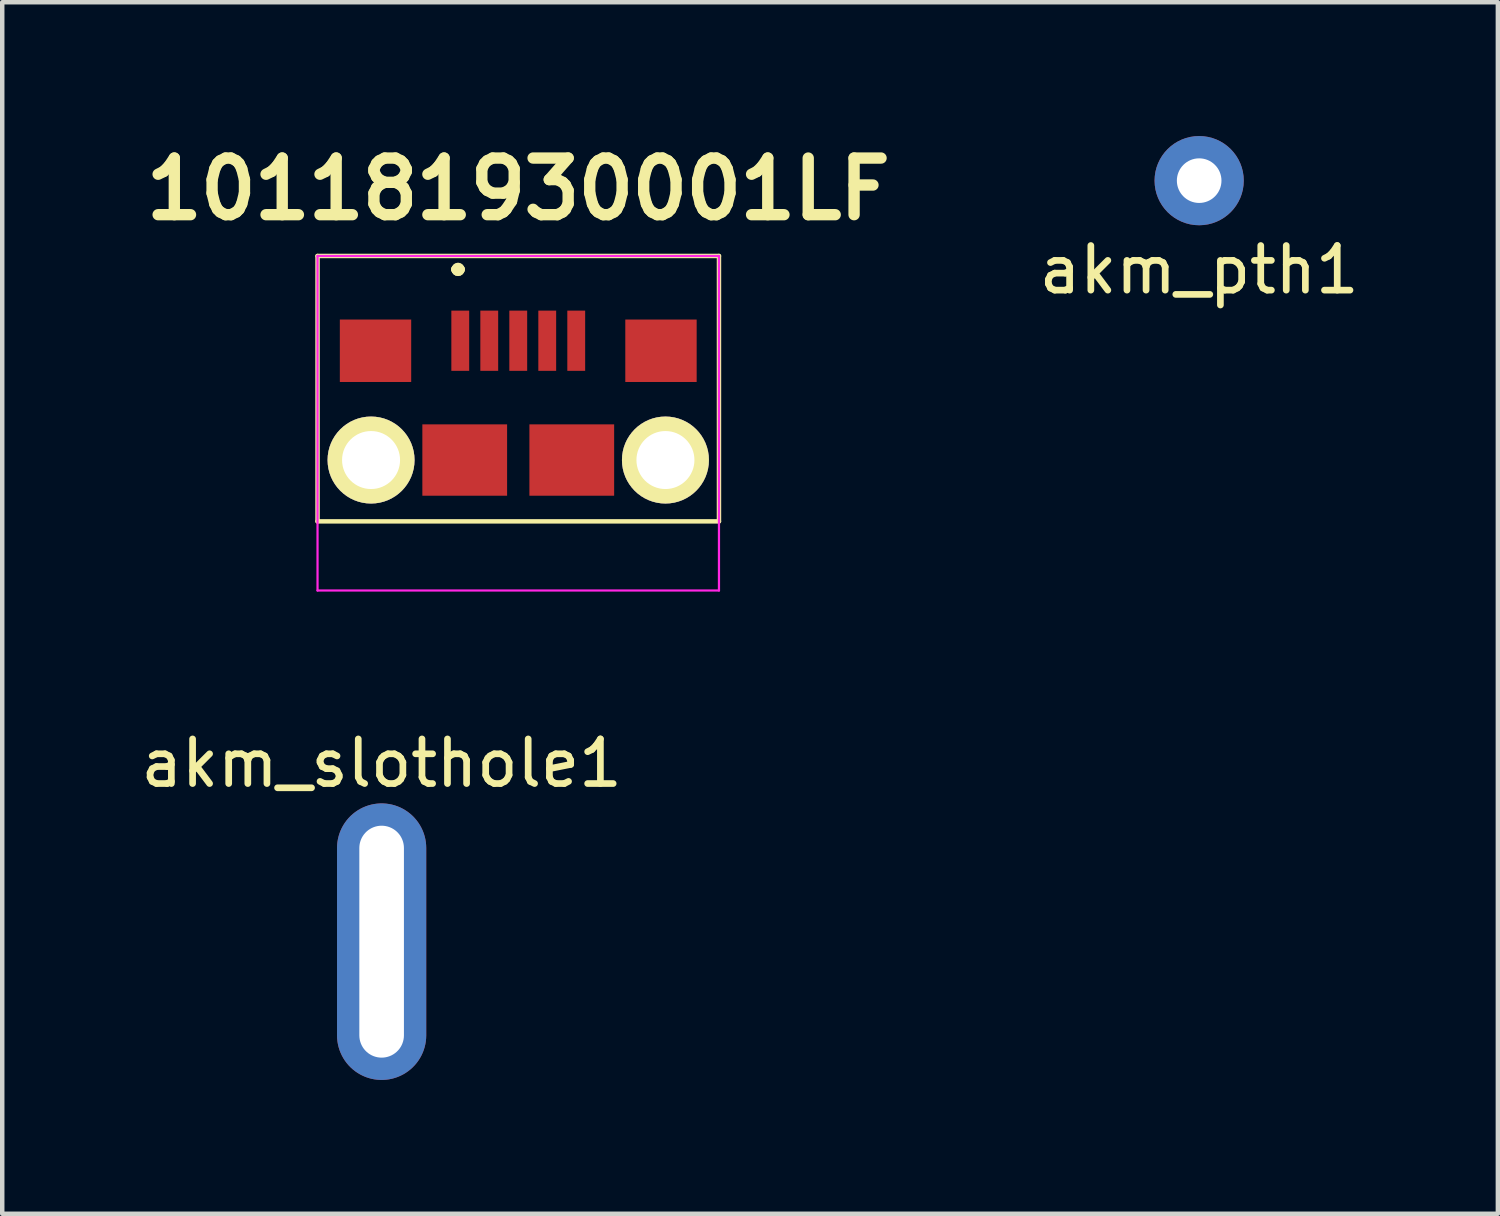
<source format=kicad_pcb>
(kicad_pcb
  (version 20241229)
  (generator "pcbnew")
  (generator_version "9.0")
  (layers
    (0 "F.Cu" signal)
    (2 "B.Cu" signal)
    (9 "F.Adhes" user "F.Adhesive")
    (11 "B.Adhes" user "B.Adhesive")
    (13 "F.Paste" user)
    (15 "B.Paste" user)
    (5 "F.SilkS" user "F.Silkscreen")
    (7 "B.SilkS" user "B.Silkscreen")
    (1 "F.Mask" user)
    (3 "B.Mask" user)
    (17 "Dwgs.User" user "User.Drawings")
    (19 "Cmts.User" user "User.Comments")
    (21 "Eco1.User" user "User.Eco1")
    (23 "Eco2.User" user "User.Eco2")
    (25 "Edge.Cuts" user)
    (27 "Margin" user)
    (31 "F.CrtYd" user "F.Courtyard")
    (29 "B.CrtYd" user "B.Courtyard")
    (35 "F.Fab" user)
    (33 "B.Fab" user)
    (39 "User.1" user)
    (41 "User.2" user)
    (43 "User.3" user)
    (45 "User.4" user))
  (footprint "akm_slothole1"
    (layer "F.Cu")
    (at 5.506 18.062)
    (property "Reference" "akm_slothole1" (at 0 -4 0) (layer "F.SilkS") (effects (font (size 1 1) (thickness 0.15))))
    (attr through_hole)
    (pad "1" thru_hole oval (at 0 0) (size 2 6.2) (drill oval 1 5.2) (layers "*.Cu" "*.Mask")))
  (footprint "101181930001LF"
    (layer "F.Cu")
    (at 8.569 7.189)
    (property "Reference" "101181930001LF" (at 0 -6 0) (layer "F.SilkS") (effects (font (size 1.27 1.27) (thickness 0.254))))
    (attr through_hole)
    (fp_line (start -4.5 -4.5) (end 4.5 -4.5) (stroke (width 0.1) (type solid)) (layer "F.SilkS"))
    (fp_line (start -4.5 1.45) (end -4.5 -4.5) (stroke (width 0.1) (type solid)) (layer "F.SilkS"))
    (fp_line (start -4.5 1.45) (end 4.5 1.45) (stroke (width 0.1) (type solid)) (layer "F.SilkS"))
    (fp_line (start -1.4 -4.2) (end -1.4 -4.2) (stroke (width 0.2) (type solid)) (layer "F.SilkS"))
    (fp_line (start -1.4 -4.2) (end -1.4 -4.2) (stroke (width 0.2) (type solid)) (layer "F.SilkS"))
    (fp_line (start -1.3 -4.2) (end -1.3 -4.2) (stroke (width 0.2) (type solid)) (layer "F.SilkS"))
    (fp_line (start 4.5 -4.5) (end 4.5 1.45) (stroke (width 0.1) (type solid)) (layer "F.SilkS"))
    (fp_arc (start -1.4 -4.2) (mid -1.35 -4.25) (end -1.3 -4.2) (stroke (width 0.2) (type solid)) (layer "F.SilkS"))
    (fp_arc (start -1.3 -4.2) (mid -1.35 -4.15) (end -1.4 -4.2) (stroke (width 0.2) (type solid)) (layer "F.SilkS"))
    (fp_arc (start -1.3 -4.2) (mid -1.35 -4.15) (end -1.4 -4.2) (stroke (width 0.2) (type solid)) (layer "F.SilkS"))
    (fp_line (start -4.5 -4.5) (end -4.5 3) (stroke (width 0.05) (type solid)) (layer "F.CrtYd"))
    (fp_line (start 4.5 -4.5) (end -4.5 -4.5) (stroke (width 0.05) (type solid)) (layer "F.CrtYd"))
    (fp_line (start 4.5 3) (end -4.5 3) (stroke (width 0.05) (type solid)) (layer "F.CrtYd"))
    (fp_line (start 4.5 3) (end 4.5 -4.5) (stroke (width 0.05) (type solid)) (layer "F.CrtYd"))
    (pad "1" smd rect (at -1.3 -2.6) (size 0.4 1.35) (layers "F.Cu" "F.Mask" "F.Paste"))
    (pad "2" smd rect (at -0.65 -2.6) (size 0.4 1.35) (layers "F.Cu" "F.Mask" "F.Paste"))
    (pad "3" smd rect (at 0 -2.6) (size 0.4 1.35) (layers "F.Cu" "F.Mask" "F.Paste"))
    (pad "4" smd rect (at 0.65 -2.6) (size 0.4 1.35) (layers "F.Cu" "F.Mask" "F.Paste"))
    (pad "5" smd rect (at 1.3 -2.6) (size 0.4 1.35) (layers "F.Cu" "F.Mask" "F.Paste"))
    (pad "6" smd rect (at -3.2 -2.375 90) (size 1.4 1.6) (layers "F.Cu" "F.Mask" "F.Paste"))
    (pad "6" smd rect (at 3.2 -2.375 90) (size 1.4 1.6) (layers "F.Cu" "F.Mask" "F.Paste"))
    (pad "MH1" thru_hole circle (at -3.3 0.075 90) (size 1.95 1.95) (drill 1.3) (layers "*.Cu" "*.Mask" "F.SilkS"))
    (pad "MH2" thru_hole circle (at 3.3 0.075 90) (size 1.95 1.95) (drill 1.3) (layers "*.Cu" "*.Mask" "F.SilkS"))
    (pad "MP2" smd rect (at -1.2 0.075 90) (size 1.6 1.9) (layers "F.Cu" "F.Mask" "F.Paste"))
    (pad "MP3" smd rect (at 1.2 0.075 90) (size 1.6 1.9) (layers "F.Cu" "F.Mask" "F.Paste")))
  (footprint "akm_pth1"
    (layer "F.Cu")
    (at 23.835 1)
    (property "Reference" "akm_pth1" (at 0 2 0) (layer "F.SilkS") (effects (font (size 1 1) (thickness 0.15))))
    (attr through_hole)
    (pad "1" thru_hole circle (at 0 0) (size 2 2) (drill 1) (layers "*.Cu" "*.Mask")))
  (gr_rect
    (start -3 -3)
    (end 30.532 24.162)
    (stroke (width 0.1) (type default))
    (fill no)
    (layer "Edge.Cuts")))
</source>
